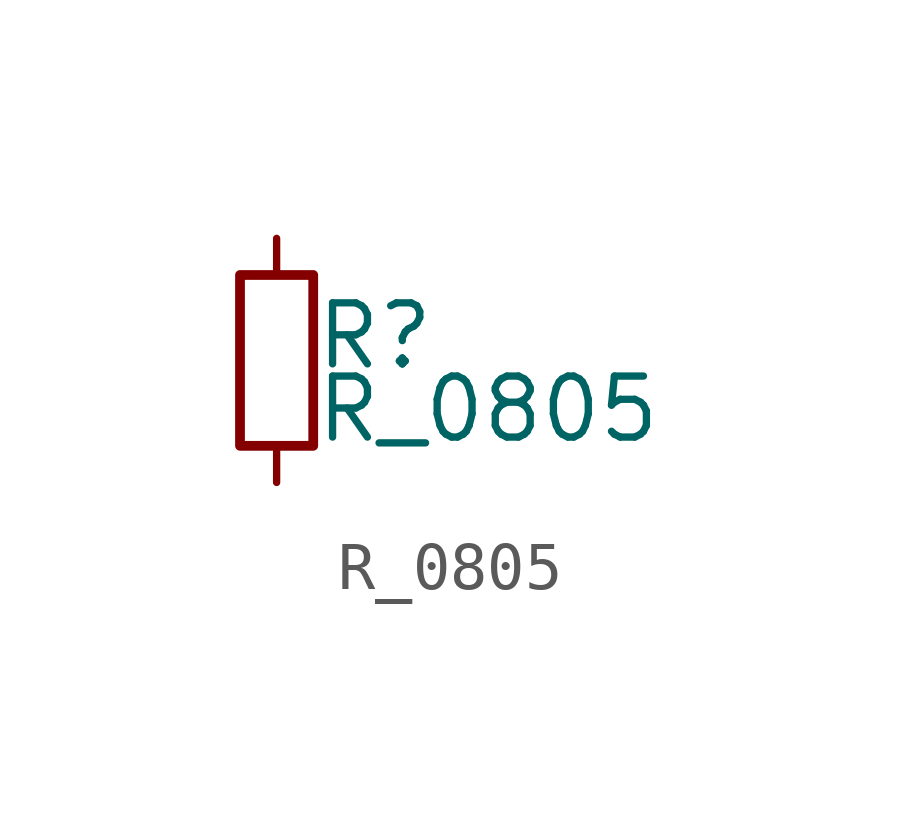
<source format=kicad_sym>
(kicad_symbol_lib
  (version 20220914)
  (generator kicad_symbol_editor)
  (symbol "R_0805"
    (pin_numbers hide)
    (pin_names
      (offset 0.254) hide)
    (property "Reference" "R"
      (at 0.762 0.508 0)
      (effects (font (size 1.27 1.27)) (justify left)))
    (property "Value" "R_0805"
      (at 0.762 -1.016 0)
      (effects (font (size 1.27 1.27)) (justify left)))
    (symbol "R_0805_0_1"
      (rectangle (start -0.762 1.778) (end 0.762 -1.778) (stroke (width 0.203) (type default)) (fill (type none))))
    (symbol "R_0805_1_1"
      (pin passive line (at 0 2.54 270) (length 0.762) (name "~" (effects (font (size 1.27 1.27)))) (number "1" (effects (font (size 1.27 1.27)))))
      (pin passive line (at 0 -2.54 90) (length 0.762) (name "~" (effects (font (size 1.27 1.27)))) (number "2" (effects (font (size 1.27 1.27))))))))
</source>
